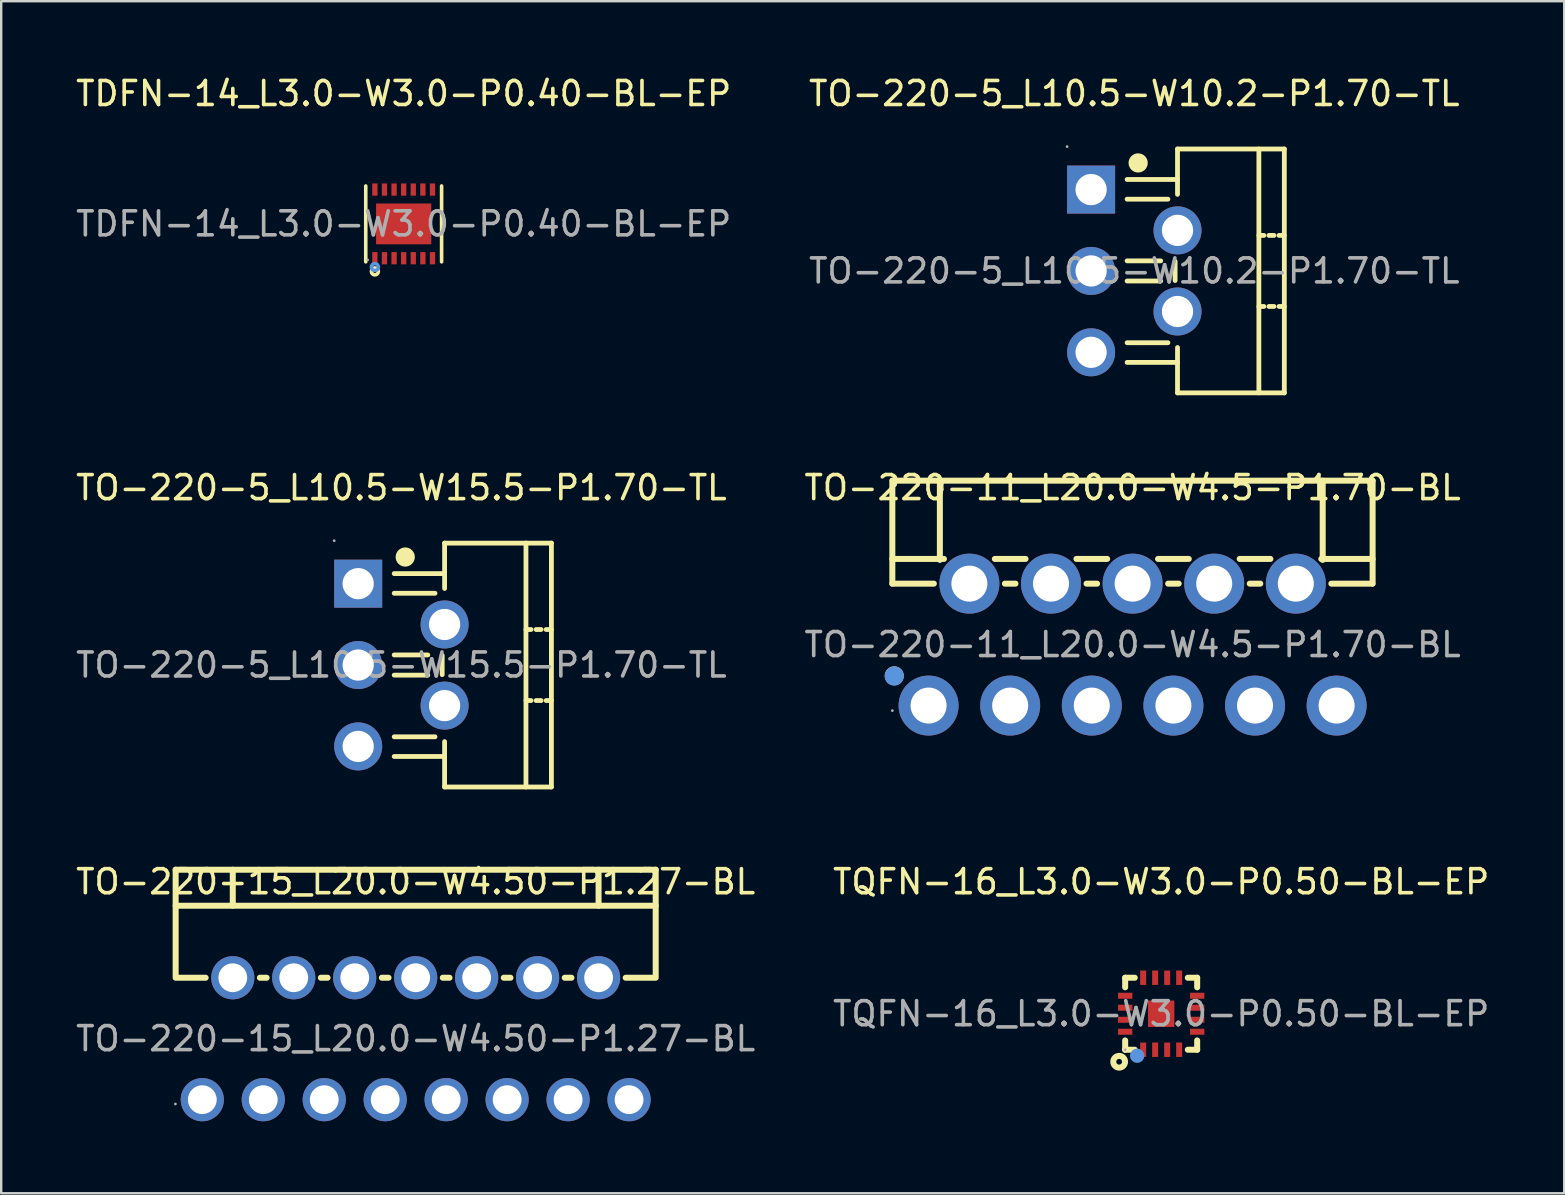
<source format=kicad_pcb>
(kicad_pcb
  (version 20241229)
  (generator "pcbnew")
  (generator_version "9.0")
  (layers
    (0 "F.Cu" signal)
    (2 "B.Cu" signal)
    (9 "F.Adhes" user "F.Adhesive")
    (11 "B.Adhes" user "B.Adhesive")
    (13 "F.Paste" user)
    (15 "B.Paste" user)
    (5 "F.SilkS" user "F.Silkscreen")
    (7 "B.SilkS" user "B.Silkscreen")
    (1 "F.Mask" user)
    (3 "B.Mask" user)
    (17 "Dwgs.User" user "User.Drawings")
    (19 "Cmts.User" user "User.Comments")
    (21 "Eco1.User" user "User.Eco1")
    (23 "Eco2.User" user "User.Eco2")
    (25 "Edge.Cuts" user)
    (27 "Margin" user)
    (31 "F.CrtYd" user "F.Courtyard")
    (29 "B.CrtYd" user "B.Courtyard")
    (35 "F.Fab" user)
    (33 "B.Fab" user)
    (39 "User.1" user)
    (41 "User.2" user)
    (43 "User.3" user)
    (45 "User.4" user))
  (footprint "TQFN-16_L3.0-W3.0-P0.50-BL-EP"
    (layer "F.Cu")
    (at 45.327 39.185)
    (property "Reference" "TQFN-16_L3.0-W3.0-P0.50-BL-EP" (at 0 -5.5 0) (layer "F.SilkS") (effects (font (size 1 1) (thickness 0.15))))
    (attr through_hole)
    (fp_line (start -1.5 -1.5) (end -1.5 -1.1) (stroke (width 0.25) (type solid)) (layer "F.SilkS"))
    (fp_line (start -1.5 -1.5) (end -1.1 -1.5) (stroke (width 0.25) (type solid)) (layer "F.SilkS"))
    (fp_line (start -1.5 1.11) (end -1.5 1.5) (stroke (width 0.25) (type solid)) (layer "F.SilkS"))
    (fp_line (start -1.5 1.5) (end -1.1 1.5) (stroke (width 0.25) (type solid)) (layer "F.SilkS"))
    (fp_line (start 1.11 -1.5) (end 1.5 -1.5) (stroke (width 0.25) (type solid)) (layer "F.SilkS"))
    (fp_line (start 1.11 1.5) (end 1.5 1.5) (stroke (width 0.25) (type solid)) (layer "F.SilkS"))
    (fp_line (start 1.5 -1.1) (end 1.5 -1.5) (stroke (width 0.25) (type solid)) (layer "F.SilkS"))
    (fp_line (start 1.5 1.5) (end 1.5 1.11) (stroke (width 0.25) (type solid)) (layer "F.SilkS"))
    (fp_circle (center -1.75 2) (end -1.63 2) (stroke (width 0.25) (type solid)) (fill no) (layer "F.SilkS"))
    (fp_circle (center -1 1.75) (end -0.85 1.75) (stroke (width 0.3) (type solid)) (fill no) (layer "Cmts.User"))
    (fp_circle (center -1.5 1.5) (end -1.47 1.5) (stroke (width 0.06) (type solid)) (fill no) (layer "F.Fab"))
    (fp_text user "${REFERENCE}" (at 0 0 0) (layer "F.Fab") (effects (font (size 1 1) (thickness 0.15))))
    (pad "1" smd rect (at -0.75 1.5 180) (size 0.25 0.6) (layers "F.Cu" "F.Mask" "F.Paste"))
    (pad "2" smd rect (at -0.25 1.5 180) (size 0.25 0.6) (layers "F.Cu" "F.Mask" "F.Paste"))
    (pad "3" smd rect (at 0.25 1.5 180) (size 0.25 0.6) (layers "F.Cu" "F.Mask" "F.Paste"))
    (pad "4" smd rect (at 0.75 1.5 180) (size 0.25 0.6) (layers "F.Cu" "F.Mask" "F.Paste"))
    (pad "5" smd rect (at 1.5 0.75 270) (size 0.25 0.6) (layers "F.Cu" "F.Mask" "F.Paste"))
    (pad "6" smd rect (at 1.5 0.25 270) (size 0.25 0.6) (layers "F.Cu" "F.Mask" "F.Paste"))
    (pad "7" smd rect (at 1.5 -0.25 270) (size 0.25 0.6) (layers "F.Cu" "F.Mask" "F.Paste"))
    (pad "8" smd rect (at 1.5 -0.75 270) (size 0.25 0.6) (layers "F.Cu" "F.Mask" "F.Paste"))
    (pad "9" smd rect (at 0.75 -1.5) (size 0.25 0.6) (layers "F.Cu" "F.Mask" "F.Paste"))
    (pad "10" smd rect (at 0.25 -1.5) (size 0.25 0.6) (layers "F.Cu" "F.Mask" "F.Paste"))
    (pad "11" smd rect (at -0.25 -1.5) (size 0.25 0.6) (layers "F.Cu" "F.Mask" "F.Paste"))
    (pad "12" smd rect (at -0.75 -1.5) (size 0.25 0.6) (layers "F.Cu" "F.Mask" "F.Paste"))
    (pad "13" smd rect (at -1.5 -0.75 90) (size 0.25 0.6) (layers "F.Cu" "F.Mask" "F.Paste"))
    (pad "14" smd rect (at -1.5 -0.25 90) (size 0.25 0.6) (layers "F.Cu" "F.Mask" "F.Paste"))
    (pad "15" smd rect (at -1.5 0.25 90) (size 0.25 0.6) (layers "F.Cu" "F.Mask" "F.Paste"))
    (pad "16" smd rect (at -1.5 0.75 90) (size 0.25 0.6) (layers "F.Cu" "F.Mask" "F.Paste"))
    (pad "17" smd rect (at 0 0 90) (size 1.1 1.1) (layers "F.Cu" "F.Mask" "F.Paste")))
  (footprint "TO-220-11_L20.0-W4.5-P1.70-BL"
    (layer "F.Cu")
    (at 44.137 23.806)
    (property "Reference" "TO-220-11_L20.0-W4.5-P1.70-BL" (at 0 -6.54 0) (layer "F.SilkS") (effects (font (size 1 1) (thickness 0.15))))
    (attr through_hole)
    (fp_line (start -10.01 -6.83) (end -10.01 -2.54) (stroke (width 0.25) (type solid)) (layer "F.SilkS"))
    (fp_line (start -10.01 -3.57) (end -7.86 -3.57) (stroke (width 0.25) (type solid)) (layer "F.SilkS"))
    (fp_line (start -10 -6.83) (end 10 -6.83) (stroke (width 0.25) (type solid)) (layer "F.SilkS"))
    (fp_line (start -8.28 -2.54) (end -10.01 -2.54) (stroke (width 0.25) (type solid)) (layer "F.SilkS"))
    (fp_line (start -8.03 -6.83) (end -8.03 -3.53) (stroke (width 0.25) (type solid)) (layer "F.SilkS"))
    (fp_line (start -5.74 -3.57) (end -4.46 -3.57) (stroke (width 0.25) (type solid)) (layer "F.SilkS"))
    (fp_line (start -4.88 -2.54) (end -5.32 -2.54) (stroke (width 0.25) (type solid)) (layer "F.SilkS"))
    (fp_line (start -2.34 -3.57) (end -1.06 -3.57) (stroke (width 0.25) (type solid)) (layer "F.SilkS"))
    (fp_line (start -1.48 -2.54) (end -1.92 -2.54) (stroke (width 0.25) (type solid)) (layer "F.SilkS"))
    (fp_line (start 1.06 -3.57) (end 2.34 -3.57) (stroke (width 0.25) (type solid)) (layer "F.SilkS"))
    (fp_line (start 1.92 -2.54) (end 1.48 -2.54) (stroke (width 0.25) (type solid)) (layer "F.SilkS"))
    (fp_line (start 4.46 -3.57) (end 5.74 -3.57) (stroke (width 0.25) (type solid)) (layer "F.SilkS"))
    (fp_line (start 5.32 -2.54) (end 4.88 -2.54) (stroke (width 0.25) (type solid)) (layer "F.SilkS"))
    (fp_line (start 7.86 -3.57) (end 10 -3.57) (stroke (width 0.25) (type solid)) (layer "F.SilkS"))
    (fp_line (start 7.92 -6.83) (end 7.92 -3.53) (stroke (width 0.25) (type solid)) (layer "F.SilkS"))
    (fp_line (start 9.99 -2.54) (end 8.28 -2.54) (stroke (width 0.25) (type solid)) (layer "F.SilkS"))
    (fp_line (start 10 -6.83) (end 10 -2.54) (stroke (width 0.25) (type solid)) (layer "F.SilkS"))
    (fp_circle (center -9.93 1.3) (end -9.66 1.3) (stroke (width 0.25) (type solid)) (fill no) (layer "F.SilkS"))
    (fp_circle (center -9.93 1.31) (end -9.73 1.31) (stroke (width 0.4) (type solid)) (fill no) (layer "Cmts.User"))
    (fp_circle (center -10.01 2.75) (end -9.98 2.75) (stroke (width 0.06) (type solid)) (fill no) (layer "F.Fab"))
    (fp_text user "${REFERENCE}" (at 0 0 0) (layer "F.Fab") (effects (font (size 1 1) (thickness 0.15))))
    (pad "1" thru_hole circle (at -8.5 2.54) (size 2.5 2.5) (drill 1.5) (layers "*.Cu" "*.Paste" "*.Mask"))
    (pad "2" thru_hole circle (at -6.8 -2.54) (size 2.5 2.5) (drill 1.5) (layers "*.Cu" "*.Paste" "*.Mask"))
    (pad "3" thru_hole circle (at -5.1 2.54) (size 2.5 2.5) (drill 1.5) (layers "*.Cu" "*.Paste" "*.Mask"))
    (pad "4" thru_hole circle (at -3.4 -2.54) (size 2.5 2.5) (drill 1.5) (layers "*.Cu" "*.Paste" "*.Mask"))
    (pad "5" thru_hole circle (at -1.7 2.54) (size 2.5 2.5) (drill 1.5) (layers "*.Cu" "*.Paste" "*.Mask"))
    (pad "6" thru_hole circle (at 0 -2.54) (size 2.5 2.5) (drill 1.5) (layers "*.Cu" "*.Paste" "*.Mask"))
    (pad "7" thru_hole circle (at 1.7 2.54) (size 2.5 2.5) (drill 1.5) (layers "*.Cu" "*.Paste" "*.Mask"))
    (pad "8" thru_hole circle (at 3.4 -2.54) (size 2.5 2.5) (drill 1.5) (layers "*.Cu" "*.Paste" "*.Mask"))
    (pad "9" thru_hole circle (at 5.1 2.54) (size 2.5 2.5) (drill 1.5) (layers "*.Cu" "*.Paste" "*.Mask"))
    (pad "10" thru_hole circle (at 6.8 -2.54) (size 2.5 2.5) (drill 1.5) (layers "*.Cu" "*.Paste" "*.Mask"))
    (pad "11" thru_hole circle (at 8.5 2.54) (size 2.5 2.5) (drill 1.5) (layers "*.Cu" "*.Paste" "*.Mask")))
  (footprint "TDFN-14_L3.0-W3.0-P0.40-BL-EP"
    (layer "F.Cu")
    (at 13.768 6.278)
    (property "Reference" "TDFN-14_L3.0-W3.0-P0.40-BL-EP" (at 0 -5.43 0) (layer "F.SilkS") (effects (font (size 1 1) (thickness 0.15))))
    (attr through_hole)
    (fp_line (start -1.58 1.58) (end -1.58 -1.58) (stroke (width 0.15) (type solid)) (layer "F.SilkS"))
    (fp_line (start 1.58 1.58) (end 1.58 -1.58) (stroke (width 0.15) (type solid)) (layer "F.SilkS"))
    (fp_circle (center -1.2 1.98) (end -1.13 1.98) (stroke (width 0.15) (type solid)) (fill no) (layer "F.SilkS"))
    (fp_circle (center -1.2 1.8) (end -1.13 1.8) (stroke (width 0.15) (type solid)) (fill no) (layer "Cmts.User"))
    (fp_circle (center -1.5 1.5) (end -1.47 1.5) (stroke (width 0.06) (type solid)) (fill no) (layer "F.Fab"))
    (fp_text user "${REFERENCE}" (at 0 0 0) (layer "F.Fab") (effects (font (size 1 1) (thickness 0.15))))
    (pad "1" smd rect (at -1.2 1.43) (size 0.22 0.51) (layers "F.Cu" "F.Mask" "F.Paste"))
    (pad "2" smd rect (at -0.8 1.43) (size 0.22 0.51) (layers "F.Cu" "F.Mask" "F.Paste"))
    (pad "3" smd rect (at -0.4 1.43) (size 0.22 0.51) (layers "F.Cu" "F.Mask" "F.Paste"))
    (pad "4" smd rect (at 0 1.43) (size 0.22 0.51) (layers "F.Cu" "F.Mask" "F.Paste"))
    (pad "5" smd rect (at 0.4 1.43) (size 0.22 0.51) (layers "F.Cu" "F.Mask" "F.Paste"))
    (pad "6" smd rect (at 0.8 1.43) (size 0.22 0.51) (layers "F.Cu" "F.Mask" "F.Paste"))
    (pad "7" smd rect (at 1.2 1.43) (size 0.22 0.51) (layers "F.Cu" "F.Mask" "F.Paste"))
    (pad "8" smd rect (at 1.2 -1.43) (size 0.22 0.51) (layers "F.Cu" "F.Mask" "F.Paste"))
    (pad "9" smd rect (at 0.8 -1.43) (size 0.22 0.51) (layers "F.Cu" "F.Mask" "F.Paste"))
    (pad "10" smd rect (at 0.4 -1.43) (size 0.22 0.51) (layers "F.Cu" "F.Mask" "F.Paste"))
    (pad "11" smd rect (at 0 -1.43) (size 0.22 0.51) (layers "F.Cu" "F.Mask" "F.Paste"))
    (pad "12" smd rect (at -0.4 -1.43) (size 0.22 0.51) (layers "F.Cu" "F.Mask" "F.Paste"))
    (pad "13" smd rect (at -0.8 -1.43) (size 0.22 0.51) (layers "F.Cu" "F.Mask" "F.Paste"))
    (pad "14" smd rect (at -1.2 -1.43) (size 0.22 0.51) (layers "F.Cu" "F.Mask" "F.Paste"))
    (pad "15" smd rect (at 0 0) (size 2.3 1.7) (layers "F.Cu" "F.Mask" "F.Paste")))
  (footprint "TO-220-5_L10.5-W10.2-P1.70-TL"
    (layer "F.Cu")
    (at 44.208 8.238)
    (property "Reference" "TO-220-5_L10.5-W10.2-P1.70-TL" (at 0 -7.39 0) (layer "F.SilkS") (effects (font (size 1 1) (thickness 0.15))))
    (attr through_hole)
    (fp_line (start -0.3 -3.81) (end 1.8 -3.81) (stroke (width 0.2) (type solid)) (layer "F.SilkS"))
    (fp_line (start -0.3 -2.99) (end 1.4 -2.99) (stroke (width 0.2) (type solid)) (layer "F.SilkS"))
    (fp_line (start -0.3 -0.42) (end 1.1 -0.42) (stroke (width 0.2) (type solid)) (layer "F.SilkS"))
    (fp_line (start -0.3 0.42) (end 1.1 0.42) (stroke (width 0.2) (type solid)) (layer "F.SilkS"))
    (fp_line (start -0.3 2.99) (end 1.4 2.99) (stroke (width 0.2) (type solid)) (layer "F.SilkS"))
    (fp_line (start -0.3 3.81) (end 1.8 3.81) (stroke (width 0.2) (type solid)) (layer "F.SilkS"))
    (fp_line (start 1.7 0.4) (end 1.7 -0.4) (stroke (width 0.2) (type solid)) (layer "F.SilkS"))
    (fp_line (start 1.8 -5.08) (end 6.25 -5.08) (stroke (width 0.2) (type solid)) (layer "F.SilkS"))
    (fp_line (start 1.8 -3.19) (end 1.8 -5.08) (stroke (width 0.2) (type solid)) (layer "F.SilkS"))
    (fp_line (start 1.8 5.08) (end 1.8 3.19) (stroke (width 0.2) (type solid)) (layer "F.SilkS"))
    (fp_line (start 5.19 -1.48) (end 5.4 -1.48) (stroke (width 0.2) (type solid)) (layer "F.SilkS"))
    (fp_line (start 5.19 1.48) (end 5.4 1.48) (stroke (width 0.2) (type solid)) (layer "F.SilkS"))
    (fp_line (start 5.19 5.08) (end 5.19 -5.08) (stroke (width 0.2) (type solid)) (layer "F.SilkS"))
    (fp_line (start 5.61 -1.48) (end 5.82 -1.48) (stroke (width 0.2) (type solid)) (layer "F.SilkS"))
    (fp_line (start 5.61 1.48) (end 5.82 1.48) (stroke (width 0.2) (type solid)) (layer "F.SilkS"))
    (fp_line (start 6.03 -1.48) (end 6.25 -1.48) (stroke (width 0.2) (type solid)) (layer "F.SilkS"))
    (fp_line (start 6.03 1.48) (end 6.25 1.48) (stroke (width 0.2) (type solid)) (layer "F.SilkS"))
    (fp_line (start 6.25 -5.08) (end 6.25 5.08) (stroke (width 0.2) (type solid)) (layer "F.SilkS"))
    (fp_line (start 6.25 5.08) (end 1.8 5.08) (stroke (width 0.2) (type solid)) (layer "F.SilkS"))
    (fp_arc (start 0.16 -4.5) (mid 0.16 -4.5) (end 0.16 -4.5) (stroke (width 0.4) (type solid)) (layer "F.SilkS"))
    (fp_circle (center -2.8 -5.18) (end -2.77 -5.18) (stroke (width 0.06) (type solid)) (fill no) (layer "F.Fab"))
    (fp_circle (center -1.8 -3.39) (end -1.52 -3.39) (stroke (width 0.55) (type solid)) (fill no) (layer "F.Fab"))
    (fp_circle (center -1.8 0) (end -1.52 0) (stroke (width 0.55) (type solid)) (fill no) (layer "F.Fab"))
    (fp_circle (center -1.8 3.39) (end -1.52 3.39) (stroke (width 0.55) (type solid)) (fill no) (layer "F.Fab"))
    (fp_circle (center 1.8 -1.69) (end 2.08 -1.69) (stroke (width 0.55) (type solid)) (fill no) (layer "F.Fab"))
    (fp_circle (center 1.8 1.69) (end 2.08 1.69) (stroke (width 0.55) (type solid)) (fill no) (layer "F.Fab"))
    (fp_text user "${REFERENCE}" (at 0 0 0) (layer "F.Fab") (effects (font (size 1 1) (thickness 0.15))))
    (pad "1" thru_hole rect (at -1.8 -3.39 270) (size 2 2) (drill 1.3) (layers "*.Cu" "*.Paste" "*.Mask"))
    (pad "2" thru_hole circle (at 1.8 -1.69 270) (size 2 2) (drill 1.3) (layers "*.Cu" "*.Paste" "*.Mask"))
    (pad "3" thru_hole circle (at -1.8 0 270) (size 2 2) (drill 1.3) (layers "*.Cu" "*.Paste" "*.Mask"))
    (pad "4" thru_hole circle (at 1.8 1.69 270) (size 2 2) (drill 1.3) (layers "*.Cu" "*.Paste" "*.Mask"))
    (pad "5" thru_hole circle (at -1.8 3.39 270) (size 2 2) (drill 1.3) (layers "*.Cu" "*.Paste" "*.Mask")))
  (footprint "TO-220-15_L20.0-W4.50-P1.27-BL"
    (layer "F.Cu")
    (at 14.268 40.225)
    (property "Reference" "TO-220-15_L20.0-W4.50-P1.27-BL" (at 0 -6.54 0) (layer "F.SilkS") (effects (font (size 1 1) (thickness 0.15))))
    (attr through_hole)
    (fp_line (start -10 -7.04) (end 10 -7.04) (stroke (width 0.25) (type solid)) (layer "F.SilkS"))
    (fp_line (start -10 -5.54) (end 10 -5.54) (stroke (width 0.25) (type solid)) (layer "F.SilkS"))
    (fp_line (start -10 -2.54) (end -10 -7.04) (stroke (width 0.25) (type solid)) (layer "F.SilkS"))
    (fp_line (start -9.91 -2.54) (end -8.75 -2.54) (stroke (width 0.25) (type solid)) (layer "F.SilkS"))
    (fp_line (start -7.62 -7.04) (end -7.62 -5.54) (stroke (width 0.25) (type solid)) (layer "F.SilkS"))
    (fp_line (start -6.49 -2.54) (end -6.21 -2.54) (stroke (width 0.25) (type solid)) (layer "F.SilkS"))
    (fp_line (start -3.95 -2.54) (end -3.67 -2.54) (stroke (width 0.25) (type solid)) (layer "F.SilkS"))
    (fp_line (start -1.41 -2.54) (end -1.13 -2.54) (stroke (width 0.25) (type solid)) (layer "F.SilkS"))
    (fp_line (start 1.13 -2.54) (end 1.41 -2.54) (stroke (width 0.25) (type solid)) (layer "F.SilkS"))
    (fp_line (start 3.67 -2.54) (end 3.95 -2.54) (stroke (width 0.25) (type solid)) (layer "F.SilkS"))
    (fp_line (start 6.21 -2.54) (end 6.49 -2.54) (stroke (width 0.25) (type solid)) (layer "F.SilkS"))
    (fp_line (start 7.62 -7.04) (end 7.62 -5.54) (stroke (width 0.25) (type solid)) (layer "F.SilkS"))
    (fp_line (start 8.75 -2.54) (end 9.91 -2.54) (stroke (width 0.25) (type solid)) (layer "F.SilkS"))
    (fp_line (start 10 -7.04) (end 10 -2.54) (stroke (width 0.25) (type solid)) (layer "F.SilkS"))
    (fp_circle (center -10.01 2.72) (end -9.98 2.72) (stroke (width 0.06) (type solid)) (fill no) (layer "F.Fab"))
    (fp_text user "${REFERENCE}" (at 0 0 0) (layer "F.Fab") (effects (font (size 1 1) (thickness 0.15))))
    (pad "1" thru_hole circle (at -8.89 2.54) (size 1.8 1.8) (drill 1.2) (layers "*.Cu" "*.Paste" "*.Mask"))
    (pad "2" thru_hole circle (at -7.62 -2.54) (size 1.8 1.8) (drill 1.2) (layers "*.Cu" "*.Paste" "*.Mask"))
    (pad "3" thru_hole circle (at -6.35 2.54) (size 1.8 1.8) (drill 1.2) (layers "*.Cu" "*.Paste" "*.Mask"))
    (pad "4" thru_hole circle (at -5.08 -2.54) (size 1.8 1.8) (drill 1.2) (layers "*.Cu" "*.Paste" "*.Mask"))
    (pad "5" thru_hole circle (at -3.81 2.54) (size 1.8 1.8) (drill 1.2) (layers "*.Cu" "*.Paste" "*.Mask"))
    (pad "6" thru_hole circle (at -2.54 -2.54) (size 1.8 1.8) (drill 1.2) (layers "*.Cu" "*.Paste" "*.Mask"))
    (pad "7" thru_hole circle (at -1.27 2.54) (size 1.8 1.8) (drill 1.2) (layers "*.Cu" "*.Paste" "*.Mask"))
    (pad "8" thru_hole circle (at 0 -2.54) (size 1.8 1.8) (drill 1.2) (layers "*.Cu" "*.Paste" "*.Mask"))
    (pad "9" thru_hole circle (at 1.27 2.54) (size 1.8 1.8) (drill 1.2) (layers "*.Cu" "*.Paste" "*.Mask"))
    (pad "10" thru_hole circle (at 2.54 -2.54) (size 1.8 1.8) (drill 1.2) (layers "*.Cu" "*.Paste" "*.Mask"))
    (pad "11" thru_hole circle (at 3.81 2.54) (size 1.8 1.8) (drill 1.2) (layers "*.Cu" "*.Paste" "*.Mask"))
    (pad "12" thru_hole circle (at 5.08 -2.54) (size 1.8 1.8) (drill 1.2) (layers "*.Cu" "*.Paste" "*.Mask"))
    (pad "13" thru_hole circle (at 6.35 2.54) (size 1.8 1.8) (drill 1.2) (layers "*.Cu" "*.Paste" "*.Mask"))
    (pad "14" thru_hole circle (at 7.62 -2.54) (size 1.8 1.8) (drill 1.2) (layers "*.Cu" "*.Paste" "*.Mask"))
    (pad "15" thru_hole circle (at 8.89 2.54) (size 1.8 1.8) (drill 1.2) (layers "*.Cu" "*.Paste" "*.Mask")))
  (footprint "TO-220-5_L10.5-W15.5-P1.70-TL"
    (layer "F.Cu")
    (at 13.673 24.657)
    (property "Reference" "TO-220-5_L10.5-W15.5-P1.70-TL" (at 0 -7.39 0) (layer "F.SilkS") (effects (font (size 1 1) (thickness 0.15))))
    (attr through_hole)
    (fp_line (start -0.3 -3.81) (end 1.8 -3.81) (stroke (width 0.2) (type solid)) (layer "F.SilkS"))
    (fp_line (start -0.3 -2.99) (end 1.4 -2.99) (stroke (width 0.2) (type solid)) (layer "F.SilkS"))
    (fp_line (start -0.3 -0.42) (end 1.1 -0.42) (stroke (width 0.2) (type solid)) (layer "F.SilkS"))
    (fp_line (start -0.3 0.42) (end 1.1 0.42) (stroke (width 0.2) (type solid)) (layer "F.SilkS"))
    (fp_line (start -0.3 2.99) (end 1.4 2.99) (stroke (width 0.2) (type solid)) (layer "F.SilkS"))
    (fp_line (start -0.3 3.81) (end 1.8 3.81) (stroke (width 0.2) (type solid)) (layer "F.SilkS"))
    (fp_line (start 1.7 0.4) (end 1.7 -0.4) (stroke (width 0.2) (type solid)) (layer "F.SilkS"))
    (fp_line (start 1.8 -5.08) (end 6.25 -5.08) (stroke (width 0.2) (type solid)) (layer "F.SilkS"))
    (fp_line (start 1.8 -3.19) (end 1.8 -5.08) (stroke (width 0.2) (type solid)) (layer "F.SilkS"))
    (fp_line (start 1.8 5.08) (end 1.8 3.19) (stroke (width 0.2) (type solid)) (layer "F.SilkS"))
    (fp_line (start 5.19 -1.48) (end 5.4 -1.48) (stroke (width 0.2) (type solid)) (layer "F.SilkS"))
    (fp_line (start 5.19 1.48) (end 5.4 1.48) (stroke (width 0.2) (type solid)) (layer "F.SilkS"))
    (fp_line (start 5.19 5.08) (end 5.19 -5.08) (stroke (width 0.2) (type solid)) (layer "F.SilkS"))
    (fp_line (start 5.61 -1.48) (end 5.82 -1.48) (stroke (width 0.2) (type solid)) (layer "F.SilkS"))
    (fp_line (start 5.61 1.48) (end 5.82 1.48) (stroke (width 0.2) (type solid)) (layer "F.SilkS"))
    (fp_line (start 6.03 -1.48) (end 6.25 -1.48) (stroke (width 0.2) (type solid)) (layer "F.SilkS"))
    (fp_line (start 6.03 1.48) (end 6.25 1.48) (stroke (width 0.2) (type solid)) (layer "F.SilkS"))
    (fp_line (start 6.25 -5.08) (end 6.25 5.08) (stroke (width 0.2) (type solid)) (layer "F.SilkS"))
    (fp_line (start 6.25 5.08) (end 1.8 5.08) (stroke (width 0.2) (type solid)) (layer "F.SilkS"))
    (fp_arc (start 0.16 -4.5) (mid 0.16 -4.5) (end 0.16 -4.5) (stroke (width 0.4) (type solid)) (layer "F.SilkS"))
    (fp_circle (center -2.8 -5.18) (end -2.77 -5.18) (stroke (width 0.06) (type solid)) (fill no) (layer "F.Fab"))
    (fp_circle (center -1.8 -3.39) (end -1.52 -3.39) (stroke (width 0.55) (type solid)) (fill no) (layer "F.Fab"))
    (fp_circle (center -1.8 0) (end -1.52 0) (stroke (width 0.55) (type solid)) (fill no) (layer "F.Fab"))
    (fp_circle (center -1.8 3.39) (end -1.52 3.39) (stroke (width 0.55) (type solid)) (fill no) (layer "F.Fab"))
    (fp_circle (center 1.8 -1.69) (end 2.08 -1.69) (stroke (width 0.55) (type solid)) (fill no) (layer "F.Fab"))
    (fp_circle (center 1.8 1.69) (end 2.08 1.69) (stroke (width 0.55) (type solid)) (fill no) (layer "F.Fab"))
    (fp_text user "${REFERENCE}" (at 0 0 0) (layer "F.Fab") (effects (font (size 1 1) (thickness 0.15))))
    (pad "1" thru_hole rect (at -1.8 -3.39 270) (size 2 2) (drill 1.3) (layers "*.Cu" "*.Paste" "*.Mask"))
    (pad "2" thru_hole circle (at 1.8 -1.69 270) (size 2 2) (drill 1.3) (layers "*.Cu" "*.Paste" "*.Mask"))
    (pad "3" thru_hole circle (at -1.8 0 270) (size 2 2) (drill 1.3) (layers "*.Cu" "*.Paste" "*.Mask"))
    (pad "4" thru_hole circle (at 1.8 1.69 270) (size 2 2) (drill 1.3) (layers "*.Cu" "*.Paste" "*.Mask"))
    (pad "5" thru_hole circle (at -1.8 3.39 270) (size 2 2) (drill 1.3) (layers "*.Cu" "*.Paste" "*.Mask")))
  (gr_rect
    (start -3 -3)
    (end 62.119 46.665)
    (stroke (width 0.1) (type default))
    (fill no)
    (layer "Edge.Cuts")))
</source>
